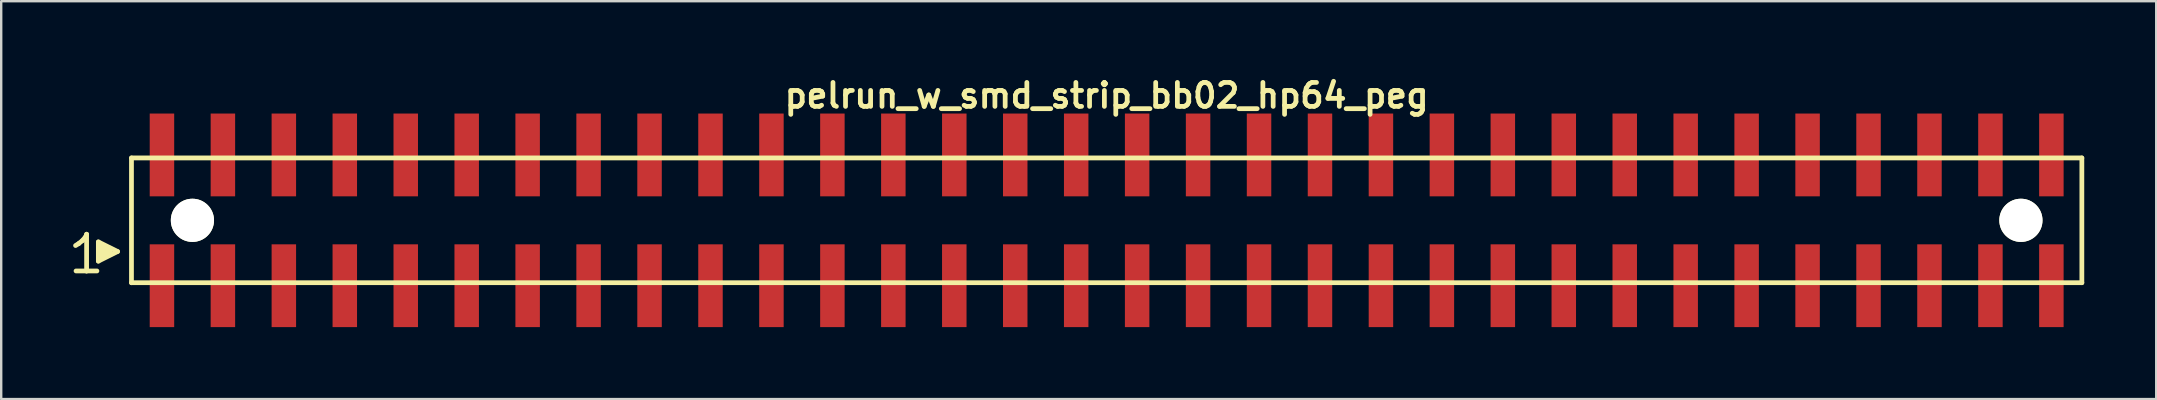
<source format=kicad_pcb>
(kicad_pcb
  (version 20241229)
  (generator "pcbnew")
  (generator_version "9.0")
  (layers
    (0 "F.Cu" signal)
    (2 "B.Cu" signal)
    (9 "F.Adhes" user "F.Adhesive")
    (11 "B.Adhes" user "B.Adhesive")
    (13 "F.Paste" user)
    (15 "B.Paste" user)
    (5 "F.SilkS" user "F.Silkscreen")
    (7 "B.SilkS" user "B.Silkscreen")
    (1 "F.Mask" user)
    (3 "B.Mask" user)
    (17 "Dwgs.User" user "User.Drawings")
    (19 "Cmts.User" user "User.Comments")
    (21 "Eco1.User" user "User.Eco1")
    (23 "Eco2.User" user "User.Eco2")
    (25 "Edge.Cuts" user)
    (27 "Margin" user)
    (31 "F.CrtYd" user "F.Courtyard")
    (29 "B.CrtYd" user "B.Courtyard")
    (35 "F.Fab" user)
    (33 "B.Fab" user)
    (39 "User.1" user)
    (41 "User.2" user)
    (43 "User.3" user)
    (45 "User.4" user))
  (footprint "pelrun_w_smd_strip_bb02_hp64_peg"
    (layer "F.Cu")
    (at 43.069 6.132)
    (property "Reference" "pelrun_w_smd_strip_bb02_hp64_peg" (at 0 -5.2 0) (layer "F.SilkS") (effects (font (size 0.998 0.998) (thickness 0.198))))
    (attr through_hole)
    (fp_line (start -42.97 1.05) (end -42.84 0.97) (stroke (width 0.198) (type solid)) (layer "F.SilkS"))
    (fp_line (start -42.84 0.97) (end -42.68 0.84) (stroke (width 0.198) (type solid)) (layer "F.SilkS"))
    (fp_line (start -42.68 0.84) (end -42.54 0.67) (stroke (width 0.198) (type solid)) (layer "F.SilkS"))
    (fp_line (start -42.54 0.67) (end -42.51 0.58) (stroke (width 0.198) (type solid)) (layer "F.SilkS"))
    (fp_line (start -42.51 0.58) (end -42.51 2.11) (stroke (width 0.198) (type solid)) (layer "F.SilkS"))
    (fp_line (start -42.51 2.11) (end -42.95 2.11) (stroke (width 0.198) (type solid)) (layer "F.SilkS"))
    (fp_line (start -42.08 2.11) (end -42.52 2.11) (stroke (width 0.198) (type solid)) (layer "F.SilkS"))
    (fp_line (start -42.02 0.9) (end -41.22 1.3) (stroke (width 0.198) (type solid)) (layer "F.SilkS"))
    (fp_line (start -42.02 1.7) (end -42.02 0.9) (stroke (width 0.198) (type solid)) (layer "F.SilkS"))
    (fp_line (start -41.92 1.6) (end -41.92 1) (stroke (width 0.198) (type solid)) (layer "F.SilkS"))
    (fp_line (start -41.82 1.1) (end -41.82 1.5) (stroke (width 0.198) (type solid)) (layer "F.SilkS"))
    (fp_line (start -41.72 1.5) (end -41.72 1.1) (stroke (width 0.198) (type solid)) (layer "F.SilkS"))
    (fp_line (start -41.62 1.2) (end -41.62 1.4) (stroke (width 0.198) (type solid)) (layer "F.SilkS"))
    (fp_line (start -41.52 1.4) (end -41.52 1.2) (stroke (width 0.198) (type solid)) (layer "F.SilkS"))
    (fp_line (start -41.22 1.3) (end -42.02 1.7) (stroke (width 0.198) (type solid)) (layer "F.SilkS"))
    (fp_line (start -40.64 -2.6) (end -40.64 2.6) (stroke (width 0.198) (type solid)) (layer "F.SilkS"))
    (fp_line (start -40.64 -2.6) (end 40.64 -2.6) (stroke (width 0.198) (type solid)) (layer "F.SilkS"))
    (fp_line (start 40.64 2.6) (end -40.64 2.6) (stroke (width 0.198) (type solid)) (layer "F.SilkS"))
    (fp_line (start 40.64 2.6) (end 40.64 -2.6) (stroke (width 0.198) (type solid)) (layer "F.SilkS"))
    (pad "" np_thru_hole circle (at -38.1 0) (size 1.8 1.8) (drill 1.8) (layers "*.Cu" "*.Mask" "F.SilkS"))
    (pad "" np_thru_hole circle (at 38.1 0) (size 1.8 1.8) (drill 1.8) (layers "*.Cu" "*.Mask" "F.SilkS"))
    (pad "1" smd rect (at -39.37 2.725) (size 1.02 3.45) (layers "F.Cu" "F.Mask" "F.Paste"))
    (pad "2" smd rect (at -39.37 -2.725) (size 1.02 3.45) (layers "F.Cu" "F.Mask" "F.Paste"))
    (pad "3" smd rect (at -36.83 2.725) (size 1.02 3.45) (layers "F.Cu" "F.Mask" "F.Paste"))
    (pad "4" smd rect (at -36.83 -2.725) (size 1.02 3.45) (layers "F.Cu" "F.Mask" "F.Paste"))
    (pad "5" smd rect (at -34.29 2.725) (size 1.02 3.45) (layers "F.Cu" "F.Mask" "F.Paste"))
    (pad "6" smd rect (at -34.29 -2.725) (size 1.02 3.45) (layers "F.Cu" "F.Mask" "F.Paste"))
    (pad "7" smd rect (at -31.75 2.725) (size 1.02 3.45) (layers "F.Cu" "F.Mask" "F.Paste"))
    (pad "8" smd rect (at -31.75 -2.725) (size 1.02 3.45) (layers "F.Cu" "F.Mask" "F.Paste"))
    (pad "9" smd rect (at -29.21 2.725) (size 1.02 3.45) (layers "F.Cu" "F.Mask" "F.Paste"))
    (pad "10" smd rect (at -29.21 -2.725) (size 1.02 3.45) (layers "F.Cu" "F.Mask" "F.Paste"))
    (pad "11" smd rect (at -26.67 2.725) (size 1.02 3.45) (layers "F.Cu" "F.Mask" "F.Paste"))
    (pad "12" smd rect (at -26.67 -2.725) (size 1.02 3.45) (layers "F.Cu" "F.Mask" "F.Paste"))
    (pad "13" smd rect (at -24.13 2.725) (size 1.02 3.45) (layers "F.Cu" "F.Mask" "F.Paste"))
    (pad "14" smd rect (at -24.13 -2.725) (size 1.02 3.45) (layers "F.Cu" "F.Mask" "F.Paste"))
    (pad "15" smd rect (at -21.59 2.725) (size 1.02 3.45) (layers "F.Cu" "F.Mask" "F.Paste"))
    (pad "16" smd rect (at -21.59 -2.725) (size 1.02 3.45) (layers "F.Cu" "F.Mask" "F.Paste"))
    (pad "17" smd rect (at -19.05 2.725) (size 1.02 3.45) (layers "F.Cu" "F.Mask" "F.Paste"))
    (pad "18" smd rect (at -19.05 -2.725) (size 1.02 3.45) (layers "F.Cu" "F.Mask" "F.Paste"))
    (pad "19" smd rect (at -16.51 2.725) (size 1.02 3.45) (layers "F.Cu" "F.Mask" "F.Paste"))
    (pad "20" smd rect (at -16.51 -2.725) (size 1.02 3.45) (layers "F.Cu" "F.Mask" "F.Paste"))
    (pad "21" smd rect (at -13.97 2.725) (size 1.02 3.45) (layers "F.Cu" "F.Mask" "F.Paste"))
    (pad "22" smd rect (at -13.97 -2.725) (size 1.02 3.45) (layers "F.Cu" "F.Mask" "F.Paste"))
    (pad "23" smd rect (at -11.43 2.725) (size 1.02 3.45) (layers "F.Cu" "F.Mask" "F.Paste"))
    (pad "24" smd rect (at -11.43 -2.725) (size 1.02 3.45) (layers "F.Cu" "F.Mask" "F.Paste"))
    (pad "25" smd rect (at -8.89 2.725) (size 1.02 3.45) (layers "F.Cu" "F.Mask" "F.Paste"))
    (pad "26" smd rect (at -8.89 -2.725) (size 1.02 3.45) (layers "F.Cu" "F.Mask" "F.Paste"))
    (pad "27" smd rect (at -6.35 2.725) (size 1.02 3.45) (layers "F.Cu" "F.Mask" "F.Paste"))
    (pad "28" smd rect (at -6.35 -2.725) (size 1.02 3.45) (layers "F.Cu" "F.Mask" "F.Paste"))
    (pad "29" smd rect (at -3.81 2.725) (size 1.02 3.45) (layers "F.Cu" "F.Mask" "F.Paste"))
    (pad "30" smd rect (at -3.81 -2.725) (size 1.02 3.45) (layers "F.Cu" "F.Mask" "F.Paste"))
    (pad "31" smd rect (at -1.27 2.725) (size 1.02 3.45) (layers "F.Cu" "F.Mask" "F.Paste"))
    (pad "32" smd rect (at -1.27 -2.725) (size 1.02 3.45) (layers "F.Cu" "F.Mask" "F.Paste"))
    (pad "33" smd rect (at 1.27 2.725) (size 1.02 3.45) (layers "F.Cu" "F.Mask" "F.Paste"))
    (pad "34" smd rect (at 1.27 -2.725) (size 1.02 3.45) (layers "F.Cu" "F.Mask" "F.Paste"))
    (pad "35" smd rect (at 3.81 2.725) (size 1.02 3.45) (layers "F.Cu" "F.Mask" "F.Paste"))
    (pad "36" smd rect (at 3.81 -2.725) (size 1.02 3.45) (layers "F.Cu" "F.Mask" "F.Paste"))
    (pad "37" smd rect (at 6.35 2.725) (size 1.02 3.45) (layers "F.Cu" "F.Mask" "F.Paste"))
    (pad "38" smd rect (at 6.35 -2.725) (size 1.02 3.45) (layers "F.Cu" "F.Mask" "F.Paste"))
    (pad "39" smd rect (at 8.89 2.725) (size 1.02 3.45) (layers "F.Cu" "F.Mask" "F.Paste"))
    (pad "40" smd rect (at 8.89 -2.725) (size 1.02 3.45) (layers "F.Cu" "F.Mask" "F.Paste"))
    (pad "41" smd rect (at 11.43 2.725) (size 1.02 3.45) (layers "F.Cu" "F.Mask" "F.Paste"))
    (pad "42" smd rect (at 11.43 -2.725) (size 1.02 3.45) (layers "F.Cu" "F.Mask" "F.Paste"))
    (pad "43" smd rect (at 13.97 2.725) (size 1.02 3.45) (layers "F.Cu" "F.Mask" "F.Paste"))
    (pad "44" smd rect (at 13.97 -2.725) (size 1.02 3.45) (layers "F.Cu" "F.Mask" "F.Paste"))
    (pad "45" smd rect (at 16.51 2.725) (size 1.02 3.45) (layers "F.Cu" "F.Mask" "F.Paste"))
    (pad "46" smd rect (at 16.51 -2.725) (size 1.02 3.45) (layers "F.Cu" "F.Mask" "F.Paste"))
    (pad "47" smd rect (at 19.05 2.725) (size 1.02 3.45) (layers "F.Cu" "F.Mask" "F.Paste"))
    (pad "48" smd rect (at 19.05 -2.725) (size 1.02 3.45) (layers "F.Cu" "F.Mask" "F.Paste"))
    (pad "49" smd rect (at 21.59 2.725) (size 1.02 3.45) (layers "F.Cu" "F.Mask" "F.Paste"))
    (pad "50" smd rect (at 21.59 -2.725) (size 1.02 3.45) (layers "F.Cu" "F.Mask" "F.Paste"))
    (pad "51" smd rect (at 24.13 2.725) (size 1.02 3.45) (layers "F.Cu" "F.Mask" "F.Paste"))
    (pad "52" smd rect (at 24.13 -2.725) (size 1.02 3.45) (layers "F.Cu" "F.Mask" "F.Paste"))
    (pad "53" smd rect (at 26.67 2.725) (size 1.02 3.45) (layers "F.Cu" "F.Mask" "F.Paste"))
    (pad "54" smd rect (at 26.67 -2.725) (size 1.02 3.45) (layers "F.Cu" "F.Mask" "F.Paste"))
    (pad "55" smd rect (at 29.21 2.725) (size 1.02 3.45) (layers "F.Cu" "F.Mask" "F.Paste"))
    (pad "56" smd rect (at 29.21 -2.725) (size 1.02 3.45) (layers "F.Cu" "F.Mask" "F.Paste"))
    (pad "57" smd rect (at 31.75 2.725) (size 1.02 3.45) (layers "F.Cu" "F.Mask" "F.Paste"))
    (pad "58" smd rect (at 31.75 -2.725) (size 1.02 3.45) (layers "F.Cu" "F.Mask" "F.Paste"))
    (pad "59" smd rect (at 34.29 2.725) (size 1.02 3.45) (layers "F.Cu" "F.Mask" "F.Paste"))
    (pad "60" smd rect (at 34.29 -2.725) (size 1.02 3.45) (layers "F.Cu" "F.Mask" "F.Paste"))
    (pad "61" smd rect (at 36.83 2.725) (size 1.02 3.45) (layers "F.Cu" "F.Mask" "F.Paste"))
    (pad "62" smd rect (at 36.83 -2.725) (size 1.02 3.45) (layers "F.Cu" "F.Mask" "F.Paste"))
    (pad "63" smd rect (at 39.37 2.725) (size 1.02 3.45) (layers "F.Cu" "F.Mask" "F.Paste"))
    (pad "64" smd rect (at 39.37 -2.725) (size 1.02 3.45) (layers "F.Cu" "F.Mask" "F.Paste")))
  (gr_rect
    (start -3 -3)
    (end 86.808 13.582)
    (stroke (width 0.1) (type default))
    (fill no)
    (layer "Edge.Cuts")))
</source>
